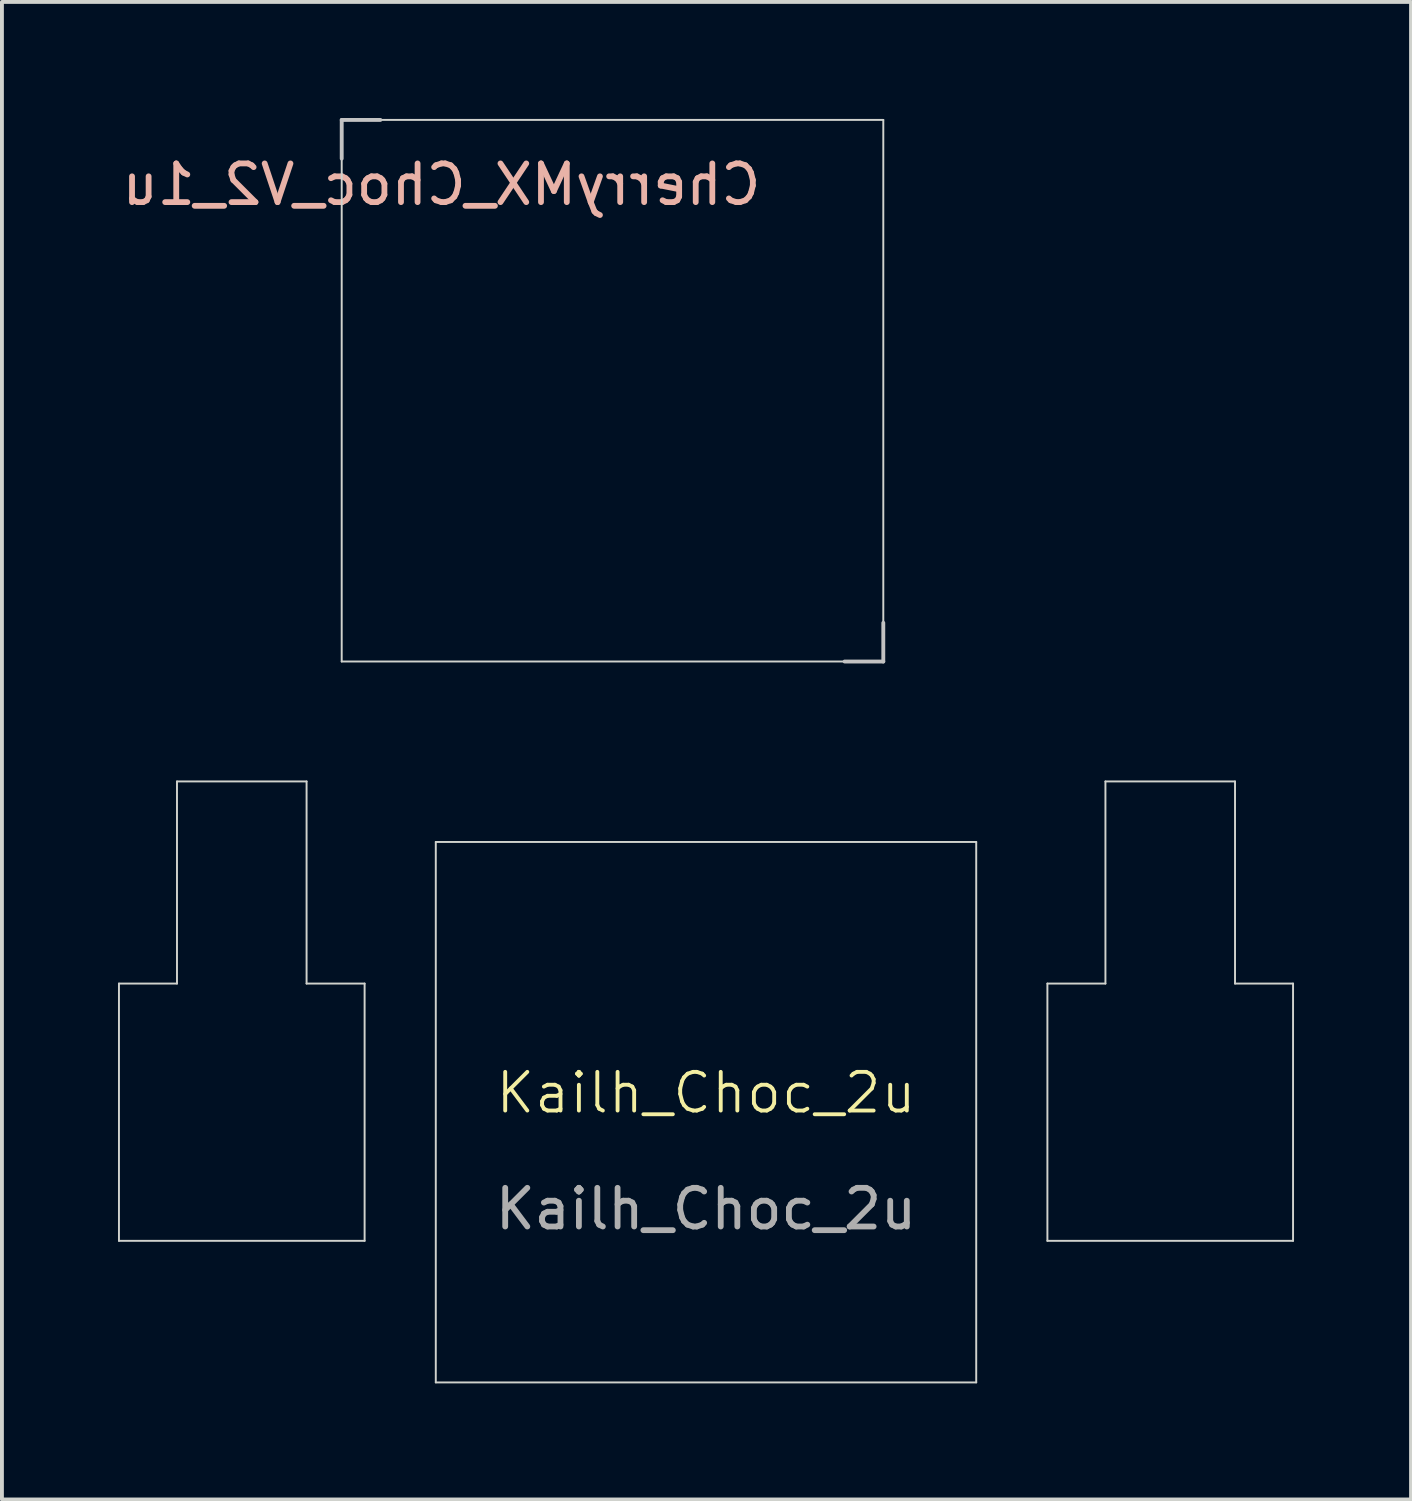
<source format=kicad_pcb>
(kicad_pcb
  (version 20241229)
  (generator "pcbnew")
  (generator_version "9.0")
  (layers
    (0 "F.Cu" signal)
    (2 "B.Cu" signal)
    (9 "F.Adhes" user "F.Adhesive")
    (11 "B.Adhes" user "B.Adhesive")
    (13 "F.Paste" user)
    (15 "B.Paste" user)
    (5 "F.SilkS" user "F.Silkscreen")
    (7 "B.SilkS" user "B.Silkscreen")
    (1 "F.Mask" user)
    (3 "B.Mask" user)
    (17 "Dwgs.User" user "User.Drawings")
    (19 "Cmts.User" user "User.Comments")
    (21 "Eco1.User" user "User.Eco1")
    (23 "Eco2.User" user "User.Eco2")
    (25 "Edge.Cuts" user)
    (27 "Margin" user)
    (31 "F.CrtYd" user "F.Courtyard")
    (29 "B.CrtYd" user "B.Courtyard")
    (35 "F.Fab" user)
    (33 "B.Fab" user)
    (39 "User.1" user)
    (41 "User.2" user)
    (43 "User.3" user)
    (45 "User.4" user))
  (footprint "Kailh_Choc_2u"
    (layer "F.Cu")
    (at 15.2 25.7)
    (property "Reference" "Kailh_Choc_2u" (at 0 -0.5 0) (unlocked yes) (layer "F.SilkS") (effects (font (size 1 1) (thickness 0.1))))
    (attr smd)
    (fp_line (start -15.175 -3.325) (end -15.175 3.325) (stroke (width 0.05) (type default)) (layer "Edge.Cuts"))
    (fp_line (start -15.175 -3.325) (end -13.675 -3.325) (stroke (width 0.05) (type default)) (layer "Edge.Cuts"))
    (fp_line (start -15.175 3.325) (end -8.825 3.325) (stroke (width 0.05) (type default)) (layer "Edge.Cuts"))
    (fp_line (start -13.675 -8.55) (end -13.675 -3.325) (stroke (width 0.05) (type default)) (layer "Edge.Cuts"))
    (fp_line (start -13.675 -8.55) (end -10.325 -8.55) (stroke (width 0.05) (type default)) (layer "Edge.Cuts"))
    (fp_line (start -10.325 -8.55) (end -10.325 -3.325) (stroke (width 0.05) (type default)) (layer "Edge.Cuts"))
    (fp_line (start -8.825 -3.325) (end -10.325 -3.325) (stroke (width 0.05) (type default)) (layer "Edge.Cuts"))
    (fp_line (start -8.825 -3.325) (end -8.825 3.325) (stroke (width 0.05) (type default)) (layer "Edge.Cuts"))
    (fp_line (start -6.985 -6.985) (end -6.985 6.985) (stroke (width 0.05) (type default)) (layer "Edge.Cuts"))
    (fp_line (start -6.985 -6.985) (end 6.985 -6.985) (stroke (width 0.05) (type default)) (layer "Edge.Cuts"))
    (fp_line (start -6.985 6.985) (end 6.985 6.985) (stroke (width 0.05) (type default)) (layer "Edge.Cuts"))
    (fp_line (start 6.985 -6.985) (end 6.985 6.985) (stroke (width 0.05) (type default)) (layer "Edge.Cuts"))
    (fp_line (start 8.825 -3.325) (end 8.825 3.325) (stroke (width 0.05) (type default)) (layer "Edge.Cuts"))
    (fp_line (start 8.825 -3.325) (end 10.325 -3.325) (stroke (width 0.05) (type default)) (layer "Edge.Cuts"))
    (fp_line (start 8.825 3.325) (end 15.175 3.325) (stroke (width 0.05) (type default)) (layer "Edge.Cuts"))
    (fp_line (start 10.325 -8.55) (end 10.325 -3.325) (stroke (width 0.05) (type default)) (layer "Edge.Cuts"))
    (fp_line (start 10.325 -8.55) (end 13.675 -8.55) (stroke (width 0.05) (type default)) (layer "Edge.Cuts"))
    (fp_line (start 13.675 -8.55) (end 13.675 -3.325) (stroke (width 0.05) (type default)) (layer "Edge.Cuts"))
    (fp_line (start 15.175 -3.325) (end 13.675 -3.325) (stroke (width 0.05) (type default)) (layer "Edge.Cuts"))
    (fp_line (start 15.175 -3.325) (end 15.175 3.325) (stroke (width 0.05) (type default)) (layer "Edge.Cuts"))
    (fp_line (start -15.15 -3.3) (end -15.15 3.3) (stroke (width 0.1) (type default)) (layer "User.2"))
    (fp_line (start -15.15 -3.3) (end -12 -3.3) (stroke (width 0.1) (type default)) (layer "User.2"))
    (fp_line (start -15.15 3.3) (end -12 3.3) (stroke (width 0.1) (type default)) (layer "User.2"))
    (fp_line (start -12 -8.5) (end -12 -3.3) (stroke (width 0.1) (type default)) (layer "User.2"))
    (fp_line (start -12 -3.3) (end -8.85 -3.3) (stroke (width 0.1) (type default)) (layer "User.2"))
    (fp_line (start -12 0) (end -12 -3.3) (stroke (width 0.1) (type default)) (layer "User.2"))
    (fp_line (start -12 0) (end -12 3.3) (stroke (width 0.1) (type default)) (layer "User.2"))
    (fp_line (start -12 0) (end 0 0) (stroke (width 0.1) (type default)) (layer "User.2"))
    (fp_line (start -12 3.3) (end -8.85 3.3) (stroke (width 0.1) (type default)) (layer "User.2"))
    (fp_line (start -10.325 -8.5) (end -12 -8.5) (stroke (width 0.1) (type default)) (layer "User.2"))
    (fp_line (start -8.85 -3.3) (end -8.85 0) (stroke (width 0.1) (type default)) (layer "User.2"))
    (fp_line (start -8.85 0) (end -8.85 3.3) (stroke (width 0.1) (type default)) (layer "User.2"))
    (fp_line (start 0 0) (end 12 0) (stroke (width 0.1) (type default)) (layer "User.2"))
    (fp_line (start 8.85 -3.3) (end 8.85 3.3) (stroke (width 0.1) (type default)) (layer "User.2"))
    (fp_line (start 8.85 -3.3) (end 12 -3.3) (stroke (width 0.1) (type default)) (layer "User.2"))
    (fp_line (start 8.85 3.3) (end 12 3.3) (stroke (width 0.1) (type default)) (layer "User.2"))
    (fp_line (start 12 -8.5) (end 12 -3.3) (stroke (width 0.1) (type default)) (layer "User.2"))
    (fp_line (start 12 -3.3) (end 15.15 -3.3) (stroke (width 0.1) (type default)) (layer "User.2"))
    (fp_line (start 12 0) (end 12 -3.3) (stroke (width 0.1) (type default)) (layer "User.2"))
    (fp_line (start 12 0) (end 12 3.3) (stroke (width 0.1) (type default)) (layer "User.2"))
    (fp_line (start 12 3.3) (end 15.15 3.3) (stroke (width 0.1) (type default)) (layer "User.2"))
    (fp_line (start 13.675 -8.5) (end 12 -8.5) (stroke (width 0.1) (type default)) (layer "User.2"))
    (fp_line (start 15.15 -3.3) (end 15.15 0) (stroke (width 0.1) (type default)) (layer "User.2"))
    (fp_line (start 15.15 0) (end 15.15 3.3) (stroke (width 0.1) (type default)) (layer "User.2"))
    (fp_line (start -10.325 -8.55) (end -10.325 -8.5) (stroke (width 0.1) (type default)) (layer "User.3"))
    (fp_line (start -8.85 3.3) (end -8.825 3.3) (stroke (width 0.1) (type default)) (layer "User.3"))
    (fp_line (start -8.825 3.3) (end -8.825 3.325) (stroke (width 0.1) (type default)) (layer "User.3"))
    (fp_line (start 13.675 -8.55) (end 13.675 -8.5) (stroke (width 0.1) (type default)) (layer "User.3"))
    (fp_line (start 15.15 3.3) (end 15.175 3.3) (stroke (width 0.1) (type default)) (layer "User.3"))
    (fp_line (start 15.175 3.3) (end 15.175 3.325) (stroke (width 0.1) (type default)) (layer "User.3"))
    (fp_text user "${REFERENCE}" (at 0 2.5 0) (unlocked yes) (layer "F.Fab") (effects (font (size 1 1) (thickness 0.15)))))
  (footprint "CherryMX_Choc_V2_1u"
    (layer "F.Cu")
    (at 12.783 7.05)
    (property "Reference" "CherryMX_Choc_V2_1u" (at -4.42 -5.33 0) (layer "B.SilkS") (effects (font (size 1 1) (thickness 0.15)) (justify mirror)))
    (attr through_hole)
    (fp_line (start -7 -7) (end -6 -7) (stroke (width 0.1) (type solid)) (layer "Dwgs.User"))
    (fp_line (start -7 -6) (end -7 -7) (stroke (width 0.1) (type solid)) (layer "Dwgs.User"))
    (fp_line (start 6 7) (end 7 7) (stroke (width 0.1) (type solid)) (layer "Dwgs.User"))
    (fp_line (start 7 7) (end 7 6) (stroke (width 0.1) (type solid)) (layer "Dwgs.User"))
    (fp_line (start -7 -7) (end 7 -7) (stroke (width 0.05) (type default)) (layer "Edge.Cuts"))
    (fp_line (start -7 7) (end -7 -7) (stroke (width 0.05) (type default)) (layer "Edge.Cuts"))
    (fp_line (start 7 -7) (end 7 7) (stroke (width 0.05) (type default)) (layer "Edge.Cuts"))
    (fp_line (start 7 7) (end -7 7) (stroke (width 0.05) (type default)) (layer "Edge.Cuts")))
  (gr_rect
    (start -3 -3)
    (end 33.425 35.71)
    (stroke (width 0.1) (type default))
    (fill no)
    (layer "Edge.Cuts")))
</source>
